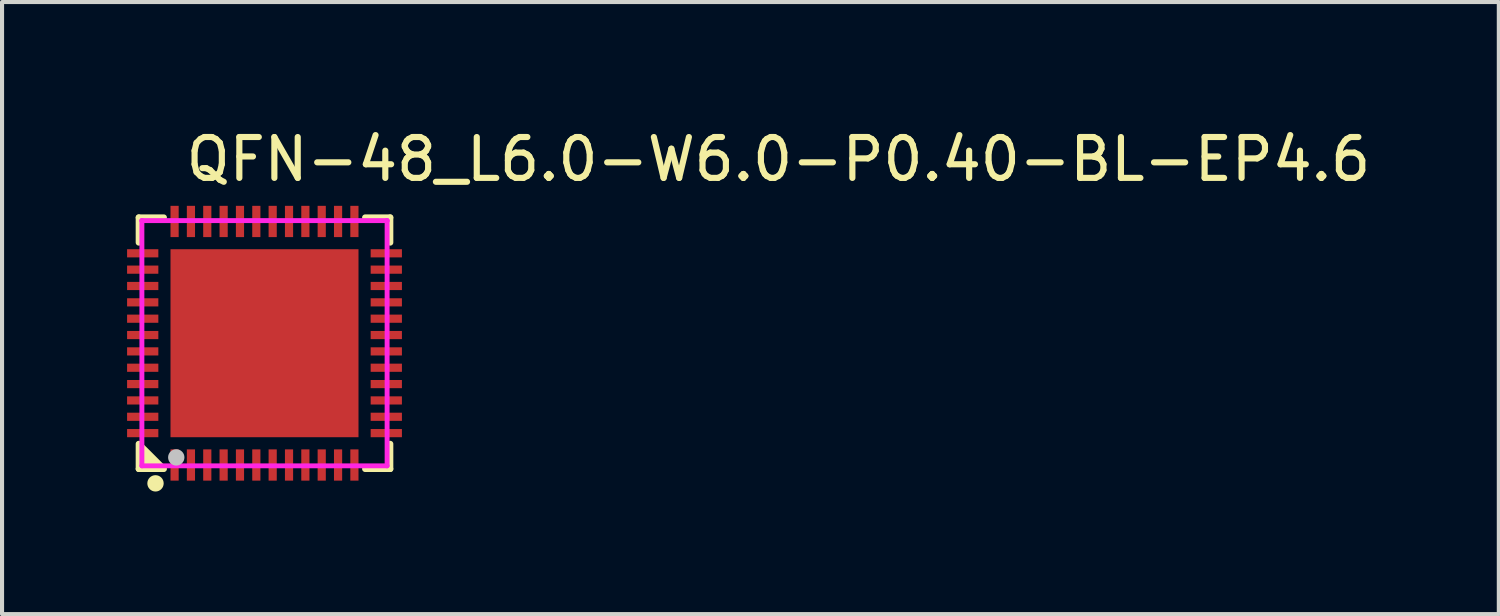
<source format=kicad_pcb>
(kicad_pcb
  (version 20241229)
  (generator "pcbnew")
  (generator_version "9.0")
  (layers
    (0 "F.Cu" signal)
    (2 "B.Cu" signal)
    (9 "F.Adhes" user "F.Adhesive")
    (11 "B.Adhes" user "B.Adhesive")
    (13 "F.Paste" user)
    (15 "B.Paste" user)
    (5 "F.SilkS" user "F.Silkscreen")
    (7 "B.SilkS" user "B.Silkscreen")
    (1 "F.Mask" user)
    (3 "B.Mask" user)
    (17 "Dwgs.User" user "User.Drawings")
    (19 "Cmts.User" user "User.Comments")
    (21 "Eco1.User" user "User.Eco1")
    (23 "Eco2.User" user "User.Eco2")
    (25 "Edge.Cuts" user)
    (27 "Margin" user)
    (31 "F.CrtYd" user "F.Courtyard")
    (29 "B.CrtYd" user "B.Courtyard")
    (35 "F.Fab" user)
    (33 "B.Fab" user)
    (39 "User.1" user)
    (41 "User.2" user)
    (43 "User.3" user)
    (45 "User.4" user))
  (footprint "QFN-48_L6.0-W6.0-P0.40-BL-EP4.6"
    (layer "F.Cu")
    (at 3.422 5.348)
    (property "Reference" "QFN-48_L6.0-W6.0-P0.40-BL-EP4.6" (at -2 -4.5 0) (layer "F.SilkS") (effects (font (size 1 1) (thickness 0.15)) (justify left)))
    (attr through_hole)
    (fp_line (start -3.076 -3.076) (end -3.076 -2.464) (stroke (width 0.152) (type solid)) (layer "F.SilkS"))
    (fp_line (start -3.076 3.076) (end -3.076 2.464) (stroke (width 0.152) (type solid)) (layer "F.SilkS"))
    (fp_line (start -3.061 2.479) (end -2.479 3.061) (stroke (width 0.152) (type solid)) (layer "F.SilkS"))
    (fp_line (start -2.464 -3.076) (end -3.076 -3.076) (stroke (width 0.152) (type solid)) (layer "F.SilkS"))
    (fp_line (start -2.464 3.076) (end -3.076 3.076) (stroke (width 0.152) (type solid)) (layer "F.SilkS"))
    (fp_line (start 2.464 -3.076) (end 3.076 -3.076) (stroke (width 0.152) (type solid)) (layer "F.SilkS"))
    (fp_line (start 2.464 3.076) (end 3.076 3.076) (stroke (width 0.152) (type solid)) (layer "F.SilkS"))
    (fp_line (start 3.076 -3.076) (end 3.076 -2.464) (stroke (width 0.152) (type solid)) (layer "F.SilkS"))
    (fp_line (start 3.076 3.076) (end 3.076 2.464) (stroke (width 0.152) (type solid)) (layer "F.SilkS"))
    (fp_circle (center -2.667 3.429) (end -2.567 3.429) (stroke (width 0.2) (type solid)) (fill no) (layer "F.SilkS"))
    (fp_poly (pts (xy -3.076 2.464) (xy -3.076 3.076) (xy -2.54 3.076)) (stroke (width 0.12) (type solid)) (fill yes) (layer "F.SilkS"))
    (fp_poly (pts (xy -3.362 -2.3) (xy -3.362 -2.1) (xy -2.597 -2.1) (xy -2.597 -2.3)) (stroke (width 0.12) (type solid)) (fill yes) (layer "F.Paste"))
    (fp_poly (pts (xy -3.362 -1.9) (xy -3.362 -1.7) (xy -2.597 -1.7) (xy -2.597 -1.9)) (stroke (width 0.12) (type solid)) (fill yes) (layer "F.Paste"))
    (fp_poly (pts (xy -3.362 -1.5) (xy -3.362 -1.3) (xy -2.597 -1.3) (xy -2.597 -1.5)) (stroke (width 0.12) (type solid)) (fill yes) (layer "F.Paste"))
    (fp_poly (pts (xy -3.362 -1.1) (xy -3.362 -0.9) (xy -2.597 -0.9) (xy -2.597 -1.1)) (stroke (width 0.12) (type solid)) (fill yes) (layer "F.Paste"))
    (fp_poly (pts (xy -3.362 -0.7) (xy -3.362 -0.5) (xy -2.597 -0.5) (xy -2.597 -0.7)) (stroke (width 0.12) (type solid)) (fill yes) (layer "F.Paste"))
    (fp_poly (pts (xy -3.362 -0.3) (xy -3.362 -0.1) (xy -2.597 -0.1) (xy -2.597 -0.3)) (stroke (width 0.12) (type solid)) (fill yes) (layer "F.Paste"))
    (fp_poly (pts (xy -3.362 0.1) (xy -3.362 0.3) (xy -2.597 0.3) (xy -2.597 0.1)) (stroke (width 0.12) (type solid)) (fill yes) (layer "F.Paste"))
    (fp_poly (pts (xy -3.362 0.5) (xy -3.362 0.7) (xy -2.597 0.7) (xy -2.597 0.5)) (stroke (width 0.12) (type solid)) (fill yes) (layer "F.Paste"))
    (fp_poly (pts (xy -3.362 0.9) (xy -3.362 1.1) (xy -2.597 1.1) (xy -2.597 0.9)) (stroke (width 0.12) (type solid)) (fill yes) (layer "F.Paste"))
    (fp_poly (pts (xy -3.362 1.3) (xy -3.362 1.5) (xy -2.597 1.5) (xy -2.597 1.3)) (stroke (width 0.12) (type solid)) (fill yes) (layer "F.Paste"))
    (fp_poly (pts (xy -3.362 1.7) (xy -3.362 1.9) (xy -2.597 1.9) (xy -2.597 1.7)) (stroke (width 0.12) (type solid)) (fill yes) (layer "F.Paste"))
    (fp_poly (pts (xy -3.362 2.1) (xy -3.362 2.3) (xy -2.597 2.3) (xy -2.597 2.1)) (stroke (width 0.12) (type solid)) (fill yes) (layer "F.Paste"))
    (fp_poly (pts (xy -2.3 -2.597) (xy -2.1 -2.597) (xy -2.1 -3.362) (xy -2.3 -3.362)) (stroke (width 0.12) (type solid)) (fill yes) (layer "F.Paste"))
    (fp_poly (pts (xy -2.3 3.362) (xy -2.1 3.362) (xy -2.1 2.597) (xy -2.3 2.597)) (stroke (width 0.12) (type solid)) (fill yes) (layer "F.Paste"))
    (fp_poly (pts (xy -1.9 -2.597) (xy -1.7 -2.597) (xy -1.7 -3.362) (xy -1.9 -3.362)) (stroke (width 0.12) (type solid)) (fill yes) (layer "F.Paste"))
    (fp_poly (pts (xy -1.9 3.362) (xy -1.7 3.362) (xy -1.7 2.597) (xy -1.9 2.597)) (stroke (width 0.12) (type solid)) (fill yes) (layer "F.Paste"))
    (fp_poly (pts (xy -1.84 1.84) (xy -1.84 -1.84) (xy 1.84 -1.84) (xy 1.84 1.84)) (stroke (width 0.12) (type solid)) (fill yes) (layer "F.Paste"))
    (fp_poly (pts (xy -1.5 -2.597) (xy -1.3 -2.597) (xy -1.3 -3.362) (xy -1.5 -3.362)) (stroke (width 0.12) (type solid)) (fill yes) (layer "F.Paste"))
    (fp_poly (pts (xy -1.5 3.362) (xy -1.3 3.362) (xy -1.3 2.597) (xy -1.5 2.597)) (stroke (width 0.12) (type solid)) (fill yes) (layer "F.Paste"))
    (fp_poly (pts (xy -1.1 -2.597) (xy -0.9 -2.597) (xy -0.9 -3.362) (xy -1.1 -3.362)) (stroke (width 0.12) (type solid)) (fill yes) (layer "F.Paste"))
    (fp_poly (pts (xy -1.1 3.362) (xy -0.9 3.362) (xy -0.9 2.597) (xy -1.1 2.597)) (stroke (width 0.12) (type solid)) (fill yes) (layer "F.Paste"))
    (fp_poly (pts (xy -0.7 -2.597) (xy -0.5 -2.597) (xy -0.5 -3.362) (xy -0.7 -3.362)) (stroke (width 0.12) (type solid)) (fill yes) (layer "F.Paste"))
    (fp_poly (pts (xy -0.7 3.362) (xy -0.5 3.362) (xy -0.5 2.597) (xy -0.7 2.597)) (stroke (width 0.12) (type solid)) (fill yes) (layer "F.Paste"))
    (fp_poly (pts (xy -0.3 -2.597) (xy -0.1 -2.597) (xy -0.1 -3.362) (xy -0.3 -3.362)) (stroke (width 0.12) (type solid)) (fill yes) (layer "F.Paste"))
    (fp_poly (pts (xy -0.3 3.362) (xy -0.1 3.362) (xy -0.1 2.597) (xy -0.3 2.597)) (stroke (width 0.12) (type solid)) (fill yes) (layer "F.Paste"))
    (fp_poly (pts (xy 0.1 -2.597) (xy 0.3 -2.597) (xy 0.3 -3.362) (xy 0.1 -3.362)) (stroke (width 0.12) (type solid)) (fill yes) (layer "F.Paste"))
    (fp_poly (pts (xy 0.1 3.362) (xy 0.3 3.362) (xy 0.3 2.597) (xy 0.1 2.597)) (stroke (width 0.12) (type solid)) (fill yes) (layer "F.Paste"))
    (fp_poly (pts (xy 0.5 -2.597) (xy 0.7 -2.597) (xy 0.7 -3.362) (xy 0.5 -3.362)) (stroke (width 0.12) (type solid)) (fill yes) (layer "F.Paste"))
    (fp_poly (pts (xy 0.5 3.362) (xy 0.7 3.362) (xy 0.7 2.597) (xy 0.5 2.597)) (stroke (width 0.12) (type solid)) (fill yes) (layer "F.Paste"))
    (fp_poly (pts (xy 0.9 -2.597) (xy 1.1 -2.597) (xy 1.1 -3.362) (xy 0.9 -3.362)) (stroke (width 0.12) (type solid)) (fill yes) (layer "F.Paste"))
    (fp_poly (pts (xy 0.9 3.362) (xy 1.1 3.362) (xy 1.1 2.597) (xy 0.9 2.597)) (stroke (width 0.12) (type solid)) (fill yes) (layer "F.Paste"))
    (fp_poly (pts (xy 1.3 -2.597) (xy 1.5 -2.597) (xy 1.5 -3.362) (xy 1.3 -3.362)) (stroke (width 0.12) (type solid)) (fill yes) (layer "F.Paste"))
    (fp_poly (pts (xy 1.3 3.362) (xy 1.5 3.362) (xy 1.5 2.597) (xy 1.3 2.597)) (stroke (width 0.12) (type solid)) (fill yes) (layer "F.Paste"))
    (fp_poly (pts (xy 1.7 -2.597) (xy 1.9 -2.597) (xy 1.9 -3.362) (xy 1.7 -3.362)) (stroke (width 0.12) (type solid)) (fill yes) (layer "F.Paste"))
    (fp_poly (pts (xy 1.7 3.362) (xy 1.9 3.362) (xy 1.9 2.597) (xy 1.7 2.597)) (stroke (width 0.12) (type solid)) (fill yes) (layer "F.Paste"))
    (fp_poly (pts (xy 2.1 -2.597) (xy 2.3 -2.597) (xy 2.3 -3.362) (xy 2.1 -3.362)) (stroke (width 0.12) (type solid)) (fill yes) (layer "F.Paste"))
    (fp_poly (pts (xy 2.1 3.362) (xy 2.3 3.362) (xy 2.3 2.597) (xy 2.1 2.597)) (stroke (width 0.12) (type solid)) (fill yes) (layer "F.Paste"))
    (fp_poly (pts (xy 2.597 -2.3) (xy 2.597 -2.1) (xy 3.362 -2.1) (xy 3.362 -2.3)) (stroke (width 0.12) (type solid)) (fill yes) (layer "F.Paste"))
    (fp_poly (pts (xy 2.597 -1.9) (xy 2.597 -1.7) (xy 3.362 -1.7) (xy 3.362 -1.9)) (stroke (width 0.12) (type solid)) (fill yes) (layer "F.Paste"))
    (fp_poly (pts (xy 2.597 -1.5) (xy 2.597 -1.3) (xy 3.362 -1.3) (xy 3.362 -1.5)) (stroke (width 0.12) (type solid)) (fill yes) (layer "F.Paste"))
    (fp_poly (pts (xy 2.597 -1.1) (xy 2.597 -0.9) (xy 3.362 -0.9) (xy 3.362 -1.1)) (stroke (width 0.12) (type solid)) (fill yes) (layer "F.Paste"))
    (fp_poly (pts (xy 2.597 -0.7) (xy 2.597 -0.5) (xy 3.362 -0.5) (xy 3.362 -0.7)) (stroke (width 0.12) (type solid)) (fill yes) (layer "F.Paste"))
    (fp_poly (pts (xy 2.597 -0.3) (xy 2.597 -0.1) (xy 3.362 -0.1) (xy 3.362 -0.3)) (stroke (width 0.12) (type solid)) (fill yes) (layer "F.Paste"))
    (fp_poly (pts (xy 2.597 0.1) (xy 2.597 0.3) (xy 3.362 0.3) (xy 3.362 0.1)) (stroke (width 0.12) (type solid)) (fill yes) (layer "F.Paste"))
    (fp_poly (pts (xy 2.597 0.5) (xy 2.597 0.7) (xy 3.362 0.7) (xy 3.362 0.5)) (stroke (width 0.12) (type solid)) (fill yes) (layer "F.Paste"))
    (fp_poly (pts (xy 2.597 0.9) (xy 2.597 1.1) (xy 3.362 1.1) (xy 3.362 0.9)) (stroke (width 0.12) (type solid)) (fill yes) (layer "F.Paste"))
    (fp_poly (pts (xy 2.597 1.3) (xy 2.597 1.5) (xy 3.362 1.5) (xy 3.362 1.3)) (stroke (width 0.12) (type solid)) (fill yes) (layer "F.Paste"))
    (fp_poly (pts (xy 2.597 1.7) (xy 2.597 1.9) (xy 3.362 1.9) (xy 3.362 1.7)) (stroke (width 0.12) (type solid)) (fill yes) (layer "F.Paste"))
    (fp_poly (pts (xy 2.597 2.1) (xy 2.597 2.3) (xy 3.362 2.3) (xy 3.362 2.1)) (stroke (width 0.12) (type solid)) (fill yes) (layer "F.Paste"))
    (fp_circle (center -2.159 2.794) (end -2.059 2.794) (stroke (width 0.2) (type solid)) (fill no) (layer "Dwgs.User"))
    (fp_circle (center -3 3) (end -2.97 3) (stroke (width 0.06) (type solid)) (fill no) (layer "Eco2.User"))
    (fp_poly (pts (xy -3 -2.1) (xy -3 -2.3) (xy -2.6 -2.3) (xy -2.6 -2.1)) (stroke (width 0.12) (type solid)) (fill no) (layer "Eco2.User"))
    (fp_poly (pts (xy -3 -1.7) (xy -3 -1.9) (xy -2.6 -1.9) (xy -2.6 -1.7)) (stroke (width 0.12) (type solid)) (fill no) (layer "Eco2.User"))
    (fp_poly (pts (xy -3 -1.3) (xy -3 -1.5) (xy -2.6 -1.5) (xy -2.6 -1.3)) (stroke (width 0.12) (type solid)) (fill no) (layer "Eco2.User"))
    (fp_poly (pts (xy -3 -0.9) (xy -3 -1.1) (xy -2.6 -1.1) (xy -2.6 -0.9)) (stroke (width 0.12) (type solid)) (fill no) (layer "Eco2.User"))
    (fp_poly (pts (xy -3 -0.5) (xy -3 -0.7) (xy -2.6 -0.7) (xy -2.6 -0.5)) (stroke (width 0.12) (type solid)) (fill no) (layer "Eco2.User"))
    (fp_poly (pts (xy -3 -0.1) (xy -3 -0.3) (xy -2.6 -0.3) (xy -2.6 -0.1)) (stroke (width 0.12) (type solid)) (fill no) (layer "Eco2.User"))
    (fp_poly (pts (xy -3 0.3) (xy -3 0.1) (xy -2.6 0.1) (xy -2.6 0.3)) (stroke (width 0.12) (type solid)) (fill no) (layer "Eco2.User"))
    (fp_poly (pts (xy -3 0.7) (xy -3 0.5) (xy -2.6 0.5) (xy -2.6 0.7)) (stroke (width 0.12) (type solid)) (fill no) (layer "Eco2.User"))
    (fp_poly (pts (xy -3 1.1) (xy -3 0.9) (xy -2.6 0.9) (xy -2.6 1.1)) (stroke (width 0.12) (type solid)) (fill no) (layer "Eco2.User"))
    (fp_poly (pts (xy -3 1.5) (xy -3 1.3) (xy -2.6 1.3) (xy -2.6 1.5)) (stroke (width 0.12) (type solid)) (fill no) (layer "Eco2.User"))
    (fp_poly (pts (xy -3 1.9) (xy -3 1.7) (xy -2.6 1.7) (xy -2.6 1.9)) (stroke (width 0.12) (type solid)) (fill no) (layer "Eco2.User"))
    (fp_poly (pts (xy -3 2.3) (xy -3 2.1) (xy -2.6 2.1) (xy -2.6 2.3)) (stroke (width 0.12) (type solid)) (fill no) (layer "Eco2.User"))
    (fp_poly (pts (xy -2.3 2.3) (xy -2.3 -2.3) (xy 2.3 -2.3) (xy 2.3 2.3)) (stroke (width 0.12) (type solid)) (fill no) (layer "Eco2.User"))
    (fp_poly (pts (xy -2.1 -3) (xy -2.1 -2.6) (xy -2.3 -2.6) (xy -2.3 -3)) (stroke (width 0.12) (type solid)) (fill no) (layer "Eco2.User"))
    (fp_poly (pts (xy -2.1 3) (xy -2.1 2.6) (xy -2.3 2.6) (xy -2.3 3)) (stroke (width 0.12) (type solid)) (fill no) (layer "Eco2.User"))
    (fp_poly (pts (xy -1.7 -3) (xy -1.7 -2.6) (xy -1.9 -2.6) (xy -1.9 -3)) (stroke (width 0.12) (type solid)) (fill no) (layer "Eco2.User"))
    (fp_poly (pts (xy -1.7 3) (xy -1.7 2.6) (xy -1.9 2.6) (xy -1.9 3)) (stroke (width 0.12) (type solid)) (fill no) (layer "Eco2.User"))
    (fp_poly (pts (xy -1.3 -3) (xy -1.3 -2.6) (xy -1.5 -2.6) (xy -1.5 -3)) (stroke (width 0.12) (type solid)) (fill no) (layer "Eco2.User"))
    (fp_poly (pts (xy -1.3 3) (xy -1.3 2.6) (xy -1.5 2.6) (xy -1.5 3)) (stroke (width 0.12) (type solid)) (fill no) (layer "Eco2.User"))
    (fp_poly (pts (xy -0.9 -3) (xy -0.9 -2.6) (xy -1.1 -2.6) (xy -1.1 -3)) (stroke (width 0.12) (type solid)) (fill no) (layer "Eco2.User"))
    (fp_poly (pts (xy -0.9 3) (xy -0.9 2.6) (xy -1.1 2.6) (xy -1.1 3)) (stroke (width 0.12) (type solid)) (fill no) (layer "Eco2.User"))
    (fp_poly (pts (xy -0.5 -3) (xy -0.5 -2.6) (xy -0.7 -2.6) (xy -0.7 -3)) (stroke (width 0.12) (type solid)) (fill no) (layer "Eco2.User"))
    (fp_poly (pts (xy -0.5 3) (xy -0.5 2.6) (xy -0.7 2.6) (xy -0.7 3)) (stroke (width 0.12) (type solid)) (fill no) (layer "Eco2.User"))
    (fp_poly (pts (xy -0.1 -3) (xy -0.1 -2.6) (xy -0.3 -2.6) (xy -0.3 -3)) (stroke (width 0.12) (type solid)) (fill no) (layer "Eco2.User"))
    (fp_poly (pts (xy -0.1 3) (xy -0.1 2.6) (xy -0.3 2.6) (xy -0.3 3)) (stroke (width 0.12) (type solid)) (fill no) (layer "Eco2.User"))
    (fp_poly (pts (xy 0.3 -3) (xy 0.3 -2.6) (xy 0.1 -2.6) (xy 0.1 -3)) (stroke (width 0.12) (type solid)) (fill no) (layer "Eco2.User"))
    (fp_poly (pts (xy 0.3 3) (xy 0.3 2.6) (xy 0.1 2.6) (xy 0.1 3)) (stroke (width 0.12) (type solid)) (fill no) (layer "Eco2.User"))
    (fp_poly (pts (xy 0.7 -3) (xy 0.7 -2.6) (xy 0.5 -2.6) (xy 0.5 -3)) (stroke (width 0.12) (type solid)) (fill no) (layer "Eco2.User"))
    (fp_poly (pts (xy 0.7 3) (xy 0.7 2.6) (xy 0.5 2.6) (xy 0.5 3)) (stroke (width 0.12) (type solid)) (fill no) (layer "Eco2.User"))
    (fp_poly (pts (xy 1.1 -3) (xy 1.1 -2.6) (xy 0.9 -2.6) (xy 0.9 -3)) (stroke (width 0.12) (type solid)) (fill no) (layer "Eco2.User"))
    (fp_poly (pts (xy 1.1 3) (xy 1.1 2.6) (xy 0.9 2.6) (xy 0.9 3)) (stroke (width 0.12) (type solid)) (fill no) (layer "Eco2.User"))
    (fp_poly (pts (xy 1.5 -3) (xy 1.5 -2.6) (xy 1.3 -2.6) (xy 1.3 -3)) (stroke (width 0.12) (type solid)) (fill no) (layer "Eco2.User"))
    (fp_poly (pts (xy 1.5 3) (xy 1.5 2.6) (xy 1.3 2.6) (xy 1.3 3)) (stroke (width 0.12) (type solid)) (fill no) (layer "Eco2.User"))
    (fp_poly (pts (xy 1.9 -3) (xy 1.9 -2.6) (xy 1.7 -2.6) (xy 1.7 -3)) (stroke (width 0.12) (type solid)) (fill no) (layer "Eco2.User"))
    (fp_poly (pts (xy 1.9 3) (xy 1.9 2.6) (xy 1.7 2.6) (xy 1.7 3)) (stroke (width 0.12) (type solid)) (fill no) (layer "Eco2.User"))
    (fp_poly (pts (xy 2.3 -3) (xy 2.3 -2.6) (xy 2.1 -2.6) (xy 2.1 -3)) (stroke (width 0.12) (type solid)) (fill no) (layer "Eco2.User"))
    (fp_poly (pts (xy 2.3 3) (xy 2.3 2.6) (xy 2.1 2.6) (xy 2.1 3)) (stroke (width 0.12) (type solid)) (fill no) (layer "Eco2.User"))
    (fp_poly (pts (xy 3 -2.1) (xy 3 -2.3) (xy 2.6 -2.3) (xy 2.6 -2.1)) (stroke (width 0.12) (type solid)) (fill no) (layer "Eco2.User"))
    (fp_poly (pts (xy 3 -1.7) (xy 3 -1.9) (xy 2.6 -1.9) (xy 2.6 -1.7)) (stroke (width 0.12) (type solid)) (fill no) (layer "Eco2.User"))
    (fp_poly (pts (xy 3 -1.3) (xy 3 -1.5) (xy 2.6 -1.5) (xy 2.6 -1.3)) (stroke (width 0.12) (type solid)) (fill no) (layer "Eco2.User"))
    (fp_poly (pts (xy 3 -0.9) (xy 3 -1.1) (xy 2.6 -1.1) (xy 2.6 -0.9)) (stroke (width 0.12) (type solid)) (fill no) (layer "Eco2.User"))
    (fp_poly (pts (xy 3 -0.5) (xy 3 -0.7) (xy 2.6 -0.7) (xy 2.6 -0.5)) (stroke (width 0.12) (type solid)) (fill no) (layer "Eco2.User"))
    (fp_poly (pts (xy 3 -0.1) (xy 3 -0.3) (xy 2.6 -0.3) (xy 2.6 -0.1)) (stroke (width 0.12) (type solid)) (fill no) (layer "Eco2.User"))
    (fp_poly (pts (xy 3 0.3) (xy 3 0.1) (xy 2.6 0.1) (xy 2.6 0.3)) (stroke (width 0.12) (type solid)) (fill no) (layer "Eco2.User"))
    (fp_poly (pts (xy 3 0.7) (xy 3 0.5) (xy 2.6 0.5) (xy 2.6 0.7)) (stroke (width 0.12) (type solid)) (fill no) (layer "Eco2.User"))
    (fp_poly (pts (xy 3 1.1) (xy 3 0.9) (xy 2.6 0.9) (xy 2.6 1.1)) (stroke (width 0.12) (type solid)) (fill no) (layer "Eco2.User"))
    (fp_poly (pts (xy 3 1.5) (xy 3 1.3) (xy 2.6 1.3) (xy 2.6 1.5)) (stroke (width 0.12) (type solid)) (fill no) (layer "Eco2.User"))
    (fp_poly (pts (xy 3 1.9) (xy 3 1.7) (xy 2.6 1.7) (xy 2.6 1.9)) (stroke (width 0.12) (type solid)) (fill no) (layer "Eco2.User"))
    (fp_poly (pts (xy 3 2.3) (xy 3 2.1) (xy 2.6 2.1) (xy 2.6 2.3)) (stroke (width 0.12) (type solid)) (fill no) (layer "Eco2.User"))
    (fp_line (start -3 -3) (end -3 -3) (stroke (width 0.12) (type solid)) (layer "F.CrtYd"))
    (fp_line (start -3 -3) (end -3 3) (stroke (width 0.12) (type solid)) (layer "F.CrtYd"))
    (fp_line (start -3 3) (end 3 3) (stroke (width 0.12) (type solid)) (layer "F.CrtYd"))
    (fp_line (start 3 -3) (end -3 -3) (stroke (width 0.12) (type solid)) (layer "F.CrtYd"))
    (fp_line (start 3 -3) (end 3 -3) (stroke (width 0.12) (type solid)) (layer "F.CrtYd"))
    (fp_line (start 3 3) (end 3 -3) (stroke (width 0.12) (type solid)) (layer "F.CrtYd"))
    (pad "1" smd rect (at -2.2 2.98 90) (size 0.765 0.2) (layers "F.Cu" "F.Mask" "F.Paste"))
    (pad "2" smd rect (at -1.8 2.98 90) (size 0.765 0.2) (layers "F.Cu" "F.Mask" "F.Paste"))
    (pad "3" smd rect (at -1.4 2.98 90) (size 0.765 0.2) (layers "F.Cu" "F.Mask" "F.Paste"))
    (pad "4" smd rect (at -1 2.98 90) (size 0.765 0.2) (layers "F.Cu" "F.Mask" "F.Paste"))
    (pad "5" smd rect (at -0.6 2.98 90) (size 0.765 0.2) (layers "F.Cu" "F.Mask" "F.Paste"))
    (pad "6" smd rect (at -0.2 2.98 90) (size 0.765 0.2) (layers "F.Cu" "F.Mask" "F.Paste"))
    (pad "7" smd rect (at 0.2 2.98 90) (size 0.765 0.2) (layers "F.Cu" "F.Mask" "F.Paste"))
    (pad "8" smd rect (at 0.6 2.98 90) (size 0.765 0.2) (layers "F.Cu" "F.Mask" "F.Paste"))
    (pad "9" smd rect (at 1 2.98 90) (size 0.765 0.2) (layers "F.Cu" "F.Mask" "F.Paste"))
    (pad "10" smd rect (at 1.4 2.98 90) (size 0.765 0.2) (layers "F.Cu" "F.Mask" "F.Paste"))
    (pad "11" smd rect (at 1.8 2.98 90) (size 0.765 0.2) (layers "F.Cu" "F.Mask" "F.Paste"))
    (pad "12" smd rect (at 2.2 2.98 90) (size 0.765 0.2) (layers "F.Cu" "F.Mask" "F.Paste"))
    (pad "13" smd rect (at 2.98 2.2 90) (size 0.2 0.765) (layers "F.Cu" "F.Mask" "F.Paste"))
    (pad "14" smd rect (at 2.98 1.8 90) (size 0.2 0.765) (layers "F.Cu" "F.Mask" "F.Paste"))
    (pad "15" smd rect (at 2.98 1.4 90) (size 0.2 0.765) (layers "F.Cu" "F.Mask" "F.Paste"))
    (pad "16" smd rect (at 2.98 1 90) (size 0.2 0.765) (layers "F.Cu" "F.Mask" "F.Paste"))
    (pad "17" smd rect (at 2.98 0.6 90) (size 0.2 0.765) (layers "F.Cu" "F.Mask" "F.Paste"))
    (pad "18" smd rect (at 2.98 0.2 90) (size 0.2 0.765) (layers "F.Cu" "F.Mask" "F.Paste"))
    (pad "19" smd rect (at 2.98 -0.2 90) (size 0.2 0.765) (layers "F.Cu" "F.Mask" "F.Paste"))
    (pad "20" smd rect (at 2.98 -0.6 90) (size 0.2 0.765) (layers "F.Cu" "F.Mask" "F.Paste"))
    (pad "21" smd rect (at 2.98 -1 90) (size 0.2 0.765) (layers "F.Cu" "F.Mask" "F.Paste"))
    (pad "22" smd rect (at 2.98 -1.4 90) (size 0.2 0.765) (layers "F.Cu" "F.Mask" "F.Paste"))
    (pad "23" smd rect (at 2.98 -1.8 90) (size 0.2 0.765) (layers "F.Cu" "F.Mask" "F.Paste"))
    (pad "24" smd rect (at 2.98 -2.2 90) (size 0.2 0.765) (layers "F.Cu" "F.Mask" "F.Paste"))
    (pad "25" smd rect (at 2.2 -2.979 90) (size 0.765 0.2) (layers "F.Cu" "F.Mask" "F.Paste"))
    (pad "26" smd rect (at 1.8 -2.979 90) (size 0.765 0.2) (layers "F.Cu" "F.Mask" "F.Paste"))
    (pad "27" smd rect (at 1.4 -2.979 90) (size 0.765 0.2) (layers "F.Cu" "F.Mask" "F.Paste"))
    (pad "28" smd rect (at 1 -2.979 90) (size 0.765 0.2) (layers "F.Cu" "F.Mask" "F.Paste"))
    (pad "29" smd rect (at 0.6 -2.979 90) (size 0.765 0.2) (layers "F.Cu" "F.Mask" "F.Paste"))
    (pad "30" smd rect (at 0.2 -2.979 90) (size 0.765 0.2) (layers "F.Cu" "F.Mask" "F.Paste"))
    (pad "31" smd rect (at -0.2 -2.979 90) (size 0.765 0.2) (layers "F.Cu" "F.Mask" "F.Paste"))
    (pad "32" smd rect (at -0.6 -2.979 90) (size 0.765 0.2) (layers "F.Cu" "F.Mask" "F.Paste"))
    (pad "33" smd rect (at -1 -2.979 90) (size 0.765 0.2) (layers "F.Cu" "F.Mask" "F.Paste"))
    (pad "34" smd rect (at -1.4 -2.979 90) (size 0.765 0.2) (layers "F.Cu" "F.Mask" "F.Paste"))
    (pad "35" smd rect (at -1.8 -2.979 90) (size 0.765 0.2) (layers "F.Cu" "F.Mask" "F.Paste"))
    (pad "36" smd rect (at -2.2 -2.979 90) (size 0.765 0.2) (layers "F.Cu" "F.Mask" "F.Paste"))
    (pad "37" smd rect (at -2.98 -2.2 90) (size 0.2 0.765) (layers "F.Cu" "F.Mask" "F.Paste"))
    (pad "38" smd rect (at -2.98 -1.8 90) (size 0.2 0.765) (layers "F.Cu" "F.Mask" "F.Paste"))
    (pad "39" smd rect (at -2.98 -1.4 90) (size 0.2 0.765) (layers "F.Cu" "F.Mask" "F.Paste"))
    (pad "40" smd rect (at -2.98 -1 90) (size 0.2 0.765) (layers "F.Cu" "F.Mask" "F.Paste"))
    (pad "41" smd rect (at -2.98 -0.6 90) (size 0.2 0.765) (layers "F.Cu" "F.Mask" "F.Paste"))
    (pad "42" smd rect (at -2.98 -0.2 90) (size 0.2 0.765) (layers "F.Cu" "F.Mask" "F.Paste"))
    (pad "43" smd rect (at -2.98 0.2 90) (size 0.2 0.765) (layers "F.Cu" "F.Mask" "F.Paste"))
    (pad "44" smd rect (at -2.98 0.6 90) (size 0.2 0.765) (layers "F.Cu" "F.Mask" "F.Paste"))
    (pad "45" smd rect (at -2.98 1 90) (size 0.2 0.765) (layers "F.Cu" "F.Mask" "F.Paste"))
    (pad "46" smd rect (at -2.98 1.4 90) (size 0.2 0.765) (layers "F.Cu" "F.Mask" "F.Paste"))
    (pad "47" smd rect (at -2.98 1.8 90) (size 0.2 0.765) (layers "F.Cu" "F.Mask" "F.Paste"))
    (pad "48" smd rect (at -2.98 2.2 90) (size 0.2 0.765) (layers "F.Cu" "F.Mask" "F.Paste"))
    (pad "49" smd rect (at 0 0 90) (size 4.6 4.6) (layers "F.Cu" "F.Mask" "F.Paste")))
  (gr_rect
    (start -3 -3)
    (end 33.624 11.977)
    (stroke (width 0.1) (type default))
    (fill no)
    (layer "Edge.Cuts")))
</source>
